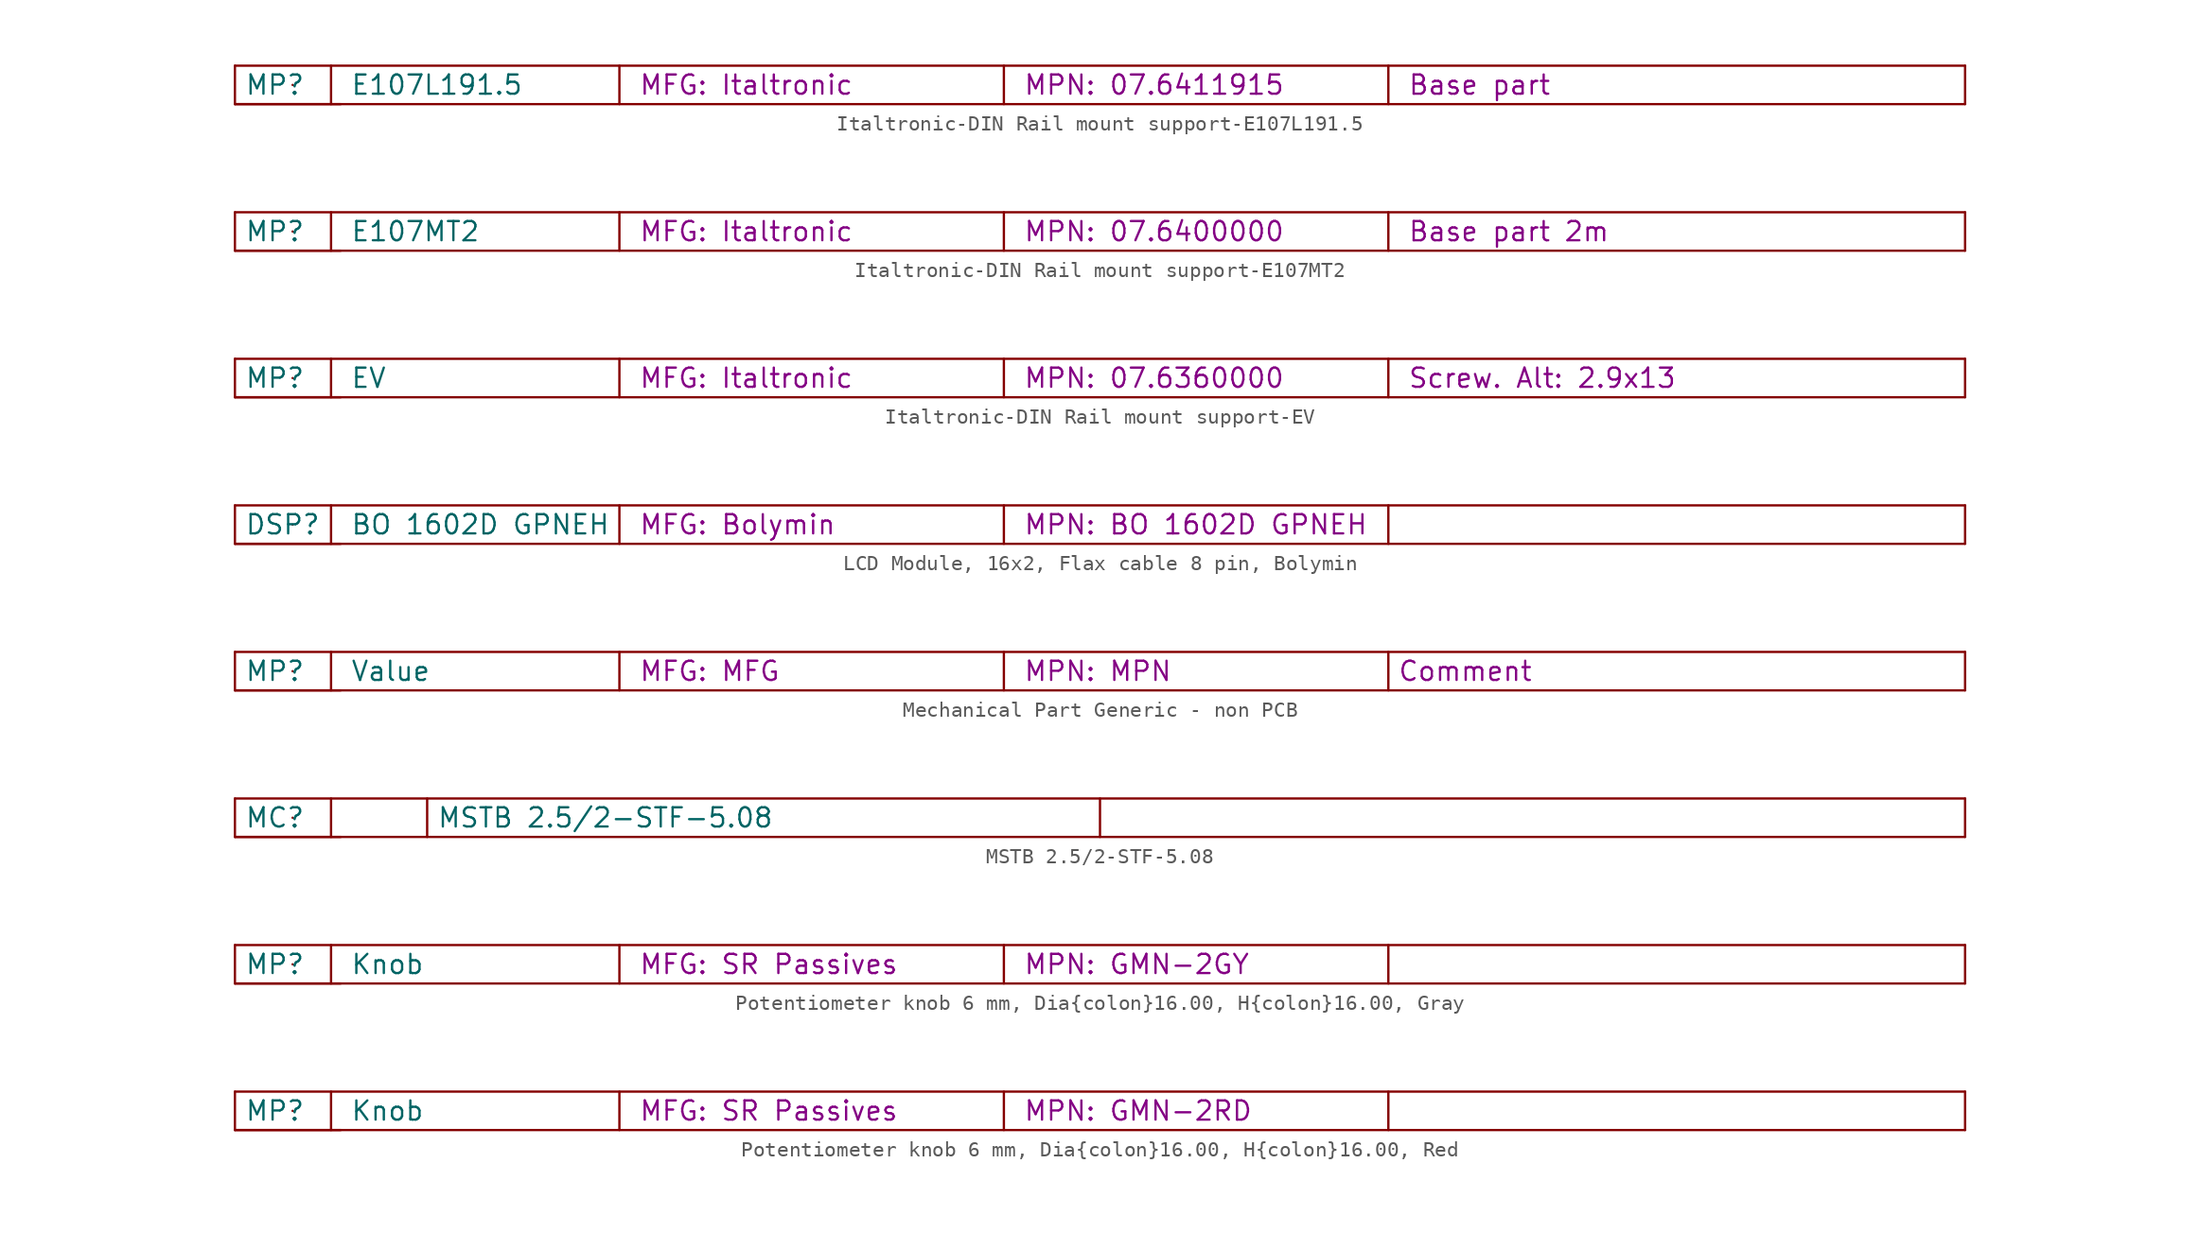
<source format=kicad_sym>
(kicad_symbol_lib
  (version 20241209)
  (generator "kicad_symbol_editor")
  (generator_version "9.0")
  (symbol "Italtronic-DIN Rail mount support-E107L191.5"
    (pin_numbers
      (hide yes))
    (pin_names
      (offset 0)
      (hide yes))
    (property "Reference" "MP"
      (at 0.635 1.27 0)
      (do_not_autoplace)
      (effects (font (size 1.27 1.27)) (justify left)))
    (property "Value" "E107L191.5"
      (at 7.62 1.27 0)
      (do_not_autoplace)
      (effects (font (size 1.27 1.27)) (justify left)))
    (property "MFG" "Italtronic"
      (at 26.67 1.27 0)
      (show_name)
      (do_not_autoplace)
      (effects (font (size 1.27 1.27)) (justify left)))
    (property "MPN" "07.6411915"
      (at 52.07 1.27 0)
      (show_name)
      (do_not_autoplace)
      (effects (font (size 1.27 1.27)) (justify left)))
    (property "Z-SYSCODE" ""
      (at 6.985 1.27 0)
      (do_not_autoplace)
      (effects (font (size 1.27 1.27)) (justify left)))
    (property "Comment" "Base part"
      (at 77.47 1.27 0)
      (effects (font (size 1.27 1.27)) (justify left)))
    (symbol "Italtronic-DIN Rail mount support-E107L191.5_0_1"
      (polyline (pts (xy 0 0) (xy 0 2.54)) (stroke (width 0.152) (type default)) (fill (type none)))
      (rectangle (start 3.81 1.27) (end 3.81 1.27) (stroke (width 0.152) (type default)) (fill (type none)))
      (polyline (pts (xy 6.35 0) (xy 6.35 2.54)) (stroke (width 0.152) (type default)) (fill (type none)))
      (polyline (pts (xy 6.985 0) (xy 0 0)) (stroke (width 0.152) (type default)) (fill (type none)))
      (polyline (pts (xy 25.4 0) (xy 25.4 2.54)) (stroke (width 0.152) (type default)) (fill (type none)))
      (polyline (pts (xy 50.8 0) (xy 50.8 2.54)) (stroke (width 0.152) (type default)) (fill (type none)))
      (polyline (pts (xy 76.2 0) (xy 76.2 2.54)) (stroke (width 0.152) (type default)) (fill (type none)))
      (polyline (pts (xy 114.3 2.54) (xy 0 2.54)) (stroke (width 0.152) (type default)) (fill (type none)))
      (polyline (pts (xy 114.3 0) (xy 0 0)) (stroke (width 0.152) (type default)) (fill (type none)))
      (polyline (pts (xy 114.3 0) (xy 114.3 2.54)) (stroke (width 0.152) (type default)) (fill (type none)))))
  (symbol "Italtronic-DIN Rail mount support-E107MT2"
    (pin_numbers
      (hide yes))
    (pin_names
      (offset 0)
      (hide yes))
    (property "Reference" "MP"
      (at 0.635 1.27 0)
      (do_not_autoplace)
      (effects (font (size 1.27 1.27)) (justify left)))
    (property "Value" "E107MT2"
      (at 7.62 1.27 0)
      (do_not_autoplace)
      (effects (font (size 1.27 1.27)) (justify left)))
    (property "MFG" "Italtronic"
      (at 26.67 1.27 0)
      (show_name)
      (do_not_autoplace)
      (effects (font (size 1.27 1.27)) (justify left)))
    (property "MPN" "07.6400000"
      (at 52.07 1.27 0)
      (show_name)
      (do_not_autoplace)
      (effects (font (size 1.27 1.27)) (justify left)))
    (property "Z-SYSCODE" ""
      (at 6.985 1.27 0)
      (do_not_autoplace)
      (effects (font (size 1.27 1.27)) (justify left)))
    (property "Comment" "Base part 2m"
      (at 77.47 1.27 0)
      (effects (font (size 1.27 1.27)) (justify left)))
    (symbol "Italtronic-DIN Rail mount support-E107MT2_0_1"
      (polyline (pts (xy 0 0) (xy 0 2.54)) (stroke (width 0.152) (type default)) (fill (type none)))
      (rectangle (start 3.81 1.27) (end 3.81 1.27) (stroke (width 0.152) (type default)) (fill (type none)))
      (polyline (pts (xy 6.35 0) (xy 6.35 2.54)) (stroke (width 0.152) (type default)) (fill (type none)))
      (polyline (pts (xy 6.985 0) (xy 0 0)) (stroke (width 0.152) (type default)) (fill (type none)))
      (polyline (pts (xy 25.4 0) (xy 25.4 2.54)) (stroke (width 0.152) (type default)) (fill (type none)))
      (polyline (pts (xy 50.8 0) (xy 50.8 2.54)) (stroke (width 0.152) (type default)) (fill (type none)))
      (polyline (pts (xy 76.2 0) (xy 76.2 2.54)) (stroke (width 0.152) (type default)) (fill (type none)))
      (polyline (pts (xy 114.3 2.54) (xy 0 2.54)) (stroke (width 0.152) (type default)) (fill (type none)))
      (polyline (pts (xy 114.3 0) (xy 0 0)) (stroke (width 0.152) (type default)) (fill (type none)))
      (polyline (pts (xy 114.3 0) (xy 114.3 2.54)) (stroke (width 0.152) (type default)) (fill (type none)))))
  (symbol "Italtronic-DIN Rail mount support-EV"
    (pin_numbers
      (hide yes))
    (pin_names
      (offset 0)
      (hide yes))
    (property "Reference" "MP"
      (at 0.635 1.27 0)
      (do_not_autoplace)
      (effects (font (size 1.27 1.27)) (justify left)))
    (property "Value" "EV"
      (at 7.62 1.27 0)
      (do_not_autoplace)
      (effects (font (size 1.27 1.27)) (justify left)))
    (property "MFG" "Italtronic"
      (at 26.67 1.27 0)
      (show_name)
      (do_not_autoplace)
      (effects (font (size 1.27 1.27)) (justify left)))
    (property "MPN" "07.6360000"
      (at 52.07 1.27 0)
      (show_name)
      (do_not_autoplace)
      (effects (font (size 1.27 1.27)) (justify left)))
    (property "Z-SYSCODE" ""
      (at 6.985 1.27 0)
      (do_not_autoplace)
      (effects (font (size 1.27 1.27)) (justify left)))
    (property "Comment" "Screw. Alt: 2.9x13"
      (at 77.47 1.27 0)
      (effects (font (size 1.27 1.27)) (justify left)))
    (symbol "Italtronic-DIN Rail mount support-EV_0_1"
      (polyline (pts (xy 0 0) (xy 0 2.54)) (stroke (width 0.152) (type default)) (fill (type none)))
      (rectangle (start 3.81 1.27) (end 3.81 1.27) (stroke (width 0.152) (type default)) (fill (type none)))
      (polyline (pts (xy 6.35 0) (xy 6.35 2.54)) (stroke (width 0.152) (type default)) (fill (type none)))
      (polyline (pts (xy 6.985 0) (xy 0 0)) (stroke (width 0.152) (type default)) (fill (type none)))
      (polyline (pts (xy 25.4 0) (xy 25.4 2.54)) (stroke (width 0.152) (type default)) (fill (type none)))
      (polyline (pts (xy 50.8 0) (xy 50.8 2.54)) (stroke (width 0.152) (type default)) (fill (type none)))
      (polyline (pts (xy 76.2 0) (xy 76.2 2.54)) (stroke (width 0.152) (type default)) (fill (type none)))
      (polyline (pts (xy 114.3 2.54) (xy 0 2.54)) (stroke (width 0.152) (type default)) (fill (type none)))
      (polyline (pts (xy 114.3 0) (xy 0 0)) (stroke (width 0.152) (type default)) (fill (type none)))
      (polyline (pts (xy 114.3 0) (xy 114.3 2.54)) (stroke (width 0.152) (type default)) (fill (type none)))))
  (symbol "LCD Module, 16x2, Flax cable 8 pin, Bolymin"
    (pin_numbers
      (hide yes))
    (pin_names
      (offset 0)
      (hide yes))
    (property "Reference" "DSP"
      (at 0.635 1.27 0)
      (do_not_autoplace)
      (effects (font (size 1.27 1.27)) (justify left)))
    (property "Value" "BO 1602D GPNEH"
      (at 7.62 1.27 0)
      (do_not_autoplace)
      (effects (font (size 1.27 1.27)) (justify left)))
    (property "MFG" "Bolymin"
      (at 26.67 1.27 0)
      (show_name)
      (do_not_autoplace)
      (effects (font (size 1.27 1.27)) (justify left)))
    (property "MPN" "BO 1602D GPNEH"
      (at 52.07 1.27 0)
      (show_name)
      (do_not_autoplace)
      (effects (font (size 1.27 1.27)) (justify left)))
    (property "Comment" ""
      (at 77.47 1.27 0)
      (effects (font (size 1.27 1.27)) (justify left)))
    (symbol "LCD Module, 16x2, Flax cable 8 pin, Bolymin_0_1"
      (polyline (pts (xy 0 0) (xy 0 2.54)) (stroke (width 0.152) (type default)) (fill (type none)))
      (rectangle (start 3.81 1.27) (end 3.81 1.27) (stroke (width 0.152) (type default)) (fill (type none)))
      (polyline (pts (xy 6.35 0) (xy 6.35 2.54)) (stroke (width 0.152) (type default)) (fill (type none)))
      (polyline (pts (xy 6.985 0) (xy 0 0)) (stroke (width 0.152) (type default)) (fill (type none)))
      (polyline (pts (xy 25.4 0) (xy 25.4 2.54)) (stroke (width 0.152) (type default)) (fill (type none)))
      (polyline (pts (xy 50.8 0) (xy 50.8 2.54)) (stroke (width 0.152) (type default)) (fill (type none)))
      (polyline (pts (xy 76.2 0) (xy 76.2 2.54)) (stroke (width 0.152) (type default)) (fill (type none)))
      (polyline (pts (xy 114.3 2.54) (xy 0 2.54)) (stroke (width 0.152) (type default)) (fill (type none)))
      (polyline (pts (xy 114.3 0) (xy 0 0)) (stroke (width 0.152) (type default)) (fill (type none)))
      (polyline (pts (xy 114.3 0) (xy 114.3 2.54)) (stroke (width 0.152) (type default)) (fill (type none)))))
  (symbol "Mechanical Part Generic - non PCB"
    (pin_numbers
      (hide yes))
    (pin_names
      (offset 0)
      (hide yes))
    (property "Reference" "MP"
      (at 0.635 1.27 0)
      (do_not_autoplace)
      (effects (font (size 1.27 1.27)) (justify left)))
    (property "Value" "Value"
      (at 7.62 1.27 0)
      (do_not_autoplace)
      (effects (font (size 1.27 1.27)) (justify left)))
    (property "MFG" "MFG"
      (at 26.67 1.27 0)
      (show_name)
      (do_not_autoplace)
      (effects (font (size 1.27 1.27)) (justify left)))
    (property "MPN" "MPN"
      (at 52.07 1.27 0)
      (show_name)
      (do_not_autoplace)
      (effects (font (size 1.27 1.27)) (justify left)))
    (property "Z-SYSCODE" ""
      (at 6.985 1.27 0)
      (do_not_autoplace)
      (effects (font (size 1.27 1.27)) (justify left)))
    (property "Comment" "Comment"
      (at 81.28 1.27 0)
      (effects (font (size 1.27 1.27))))
    (symbol "Mechanical Part Generic - non PCB_0_1"
      (polyline (pts (xy 0 0) (xy 0 2.54)) (stroke (width 0.152) (type default)) (fill (type none)))
      (rectangle (start 3.81 1.27) (end 3.81 1.27) (stroke (width 0.152) (type default)) (fill (type none)))
      (polyline (pts (xy 6.35 0) (xy 6.35 2.54)) (stroke (width 0.152) (type default)) (fill (type none)))
      (polyline (pts (xy 6.985 0) (xy 0 0)) (stroke (width 0.152) (type default)) (fill (type none)))
      (polyline (pts (xy 25.4 0) (xy 25.4 2.54)) (stroke (width 0.152) (type default)) (fill (type none)))
      (polyline (pts (xy 50.8 0) (xy 50.8 2.54)) (stroke (width 0.152) (type default)) (fill (type none)))
      (polyline (pts (xy 76.2 0) (xy 76.2 2.54)) (stroke (width 0.152) (type default)) (fill (type none)))
      (polyline (pts (xy 114.3 2.54) (xy 0 2.54)) (stroke (width 0.152) (type default)) (fill (type none)))
      (polyline (pts (xy 114.3 0) (xy 0 0)) (stroke (width 0.152) (type default)) (fill (type none)))
      (polyline (pts (xy 114.3 0) (xy 114.3 2.54)) (stroke (width 0.152) (type default)) (fill (type none)))))
  (symbol "MSTB 2.5/2-STF-5.08"
    (pin_numbers
      (hide yes))
    (pin_names
      (offset 0)
      (hide yes))
    (property "Reference" "MC"
      (at 0.635 1.27 0)
      (do_not_autoplace)
      (effects (font (size 1.27 1.27)) (justify left)))
    (property "Value" "MSTB 2.5/2-STF-5.08"
      (at 13.335 1.27 0)
      (do_not_autoplace)
      (effects (font (size 1.27 1.27)) (justify left)))
    (property "Z-SYSCODE" ""
      (at 6.985 1.27 0)
      (do_not_autoplace)
      (effects (font (size 1.27 1.27)) (justify left)))
    (property "Assembly_Note" ""
      (at 57.785 1.27 0)
      (do_not_autoplace)
      (effects (font (size 1.27 1.27)) (justify left)))
    (symbol "MSTB 2.5/2-STF-5.08_0_1"
      (polyline (pts (xy 0 0) (xy 0 2.54)) (stroke (width 0.152) (type default)) (fill (type none)))
      (rectangle (start 3.81 1.27) (end 3.81 1.27) (stroke (width 0.152) (type default)) (fill (type none)))
      (polyline (pts (xy 6.35 0) (xy 6.35 2.54)) (stroke (width 0.152) (type default)) (fill (type none)))
      (polyline (pts (xy 6.985 0) (xy 0 0)) (stroke (width 0.152) (type default)) (fill (type none)))
      (polyline (pts (xy 12.7 0) (xy 12.7 2.54)) (stroke (width 0.152) (type default)) (fill (type none)))
      (polyline (pts (xy 57.15 0) (xy 57.15 2.54)) (stroke (width 0.152) (type default)) (fill (type none)))
      (polyline (pts (xy 114.3 2.54) (xy 0 2.54)) (stroke (width 0.152) (type default)) (fill (type none)))
      (polyline (pts (xy 114.3 0) (xy 0 0)) (stroke (width 0.152) (type default)) (fill (type none)))
      (polyline (pts (xy 114.3 0) (xy 114.3 2.54)) (stroke (width 0.152) (type default)) (fill (type none)))))
  (symbol "Potentiometer knob 6 mm, Dia{colon}16.00, H{colon}16.00, Gray"
    (pin_numbers
      (hide yes))
    (pin_names
      (offset 0)
      (hide yes))
    (property "Reference" "MP"
      (at 0.635 1.27 0)
      (do_not_autoplace)
      (effects (font (size 1.27 1.27)) (justify left)))
    (property "Value" "Knob"
      (at 7.62 1.27 0)
      (do_not_autoplace)
      (effects (font (size 1.27 1.27)) (justify left)))
    (property "MFG" "SR Passives"
      (at 26.67 1.27 0)
      (show_name)
      (do_not_autoplace)
      (effects (font (size 1.27 1.27)) (justify left)))
    (property "MPN" "GMN-2GY"
      (at 52.07 1.27 0)
      (show_name)
      (do_not_autoplace)
      (effects (font (size 1.27 1.27)) (justify left)))
    (property "Z-SYSCODE" ""
      (at 6.985 1.27 0)
      (do_not_autoplace)
      (effects (font (size 1.27 1.27)) (justify left)))
    (property "Comment" ""
      (at 77.47 1.27 0)
      (effects (font (size 1.27 1.27)) (justify left)))
    (symbol "Potentiometer knob 6 mm, Dia{colon}16.00, H{colon}16.00, Gray_0_1"
      (polyline (pts (xy 0 0) (xy 0 2.54)) (stroke (width 0.152) (type default)) (fill (type none)))
      (rectangle (start 3.81 1.27) (end 3.81 1.27) (stroke (width 0.152) (type default)) (fill (type none)))
      (polyline (pts (xy 6.35 0) (xy 6.35 2.54)) (stroke (width 0.152) (type default)) (fill (type none)))
      (polyline (pts (xy 6.985 0) (xy 0 0)) (stroke (width 0.152) (type default)) (fill (type none)))
      (polyline (pts (xy 25.4 0) (xy 25.4 2.54)) (stroke (width 0.152) (type default)) (fill (type none)))
      (polyline (pts (xy 50.8 0) (xy 50.8 2.54)) (stroke (width 0.152) (type default)) (fill (type none)))
      (polyline (pts (xy 76.2 0) (xy 76.2 2.54)) (stroke (width 0.152) (type default)) (fill (type none)))
      (polyline (pts (xy 114.3 2.54) (xy 0 2.54)) (stroke (width 0.152) (type default)) (fill (type none)))
      (polyline (pts (xy 114.3 0) (xy 0 0)) (stroke (width 0.152) (type default)) (fill (type none)))
      (polyline (pts (xy 114.3 0) (xy 114.3 2.54)) (stroke (width 0.152) (type default)) (fill (type none)))))
  (symbol "Potentiometer knob 6 mm, Dia{colon}16.00, H{colon}16.00, Red"
    (pin_numbers
      (hide yes))
    (pin_names
      (offset 0)
      (hide yes))
    (property "Reference" "MP"
      (at 0.635 1.27 0)
      (do_not_autoplace)
      (effects (font (size 1.27 1.27)) (justify left)))
    (property "Value" "Knob"
      (at 7.62 1.27 0)
      (do_not_autoplace)
      (effects (font (size 1.27 1.27)) (justify left)))
    (property "MFG" "SR Passives"
      (at 26.67 1.27 0)
      (show_name)
      (do_not_autoplace)
      (effects (font (size 1.27 1.27)) (justify left)))
    (property "MPN" "GMN-2RD"
      (at 52.07 1.27 0)
      (show_name)
      (do_not_autoplace)
      (effects (font (size 1.27 1.27)) (justify left)))
    (property "Z-SYSCODE" ""
      (at 6.985 1.27 0)
      (do_not_autoplace)
      (effects (font (size 1.27 1.27)) (justify left)))
    (property "Comment" ""
      (at 77.47 1.27 0)
      (effects (font (size 1.27 1.27)) (justify left)))
    (symbol "Potentiometer knob 6 mm, Dia{colon}16.00, H{colon}16.00, Red_0_1"
      (polyline (pts (xy 0 0) (xy 0 2.54)) (stroke (width 0.152) (type default)) (fill (type none)))
      (rectangle (start 3.81 1.27) (end 3.81 1.27) (stroke (width 0.152) (type default)) (fill (type none)))
      (polyline (pts (xy 6.35 0) (xy 6.35 2.54)) (stroke (width 0.152) (type default)) (fill (type none)))
      (polyline (pts (xy 6.985 0) (xy 0 0)) (stroke (width 0.152) (type default)) (fill (type none)))
      (polyline (pts (xy 25.4 0) (xy 25.4 2.54)) (stroke (width 0.152) (type default)) (fill (type none)))
      (polyline (pts (xy 50.8 0) (xy 50.8 2.54)) (stroke (width 0.152) (type default)) (fill (type none)))
      (polyline (pts (xy 76.2 0) (xy 76.2 2.54)) (stroke (width 0.152) (type default)) (fill (type none)))
      (polyline (pts (xy 114.3 2.54) (xy 0 2.54)) (stroke (width 0.152) (type default)) (fill (type none)))
      (polyline (pts (xy 114.3 0) (xy 0 0)) (stroke (width 0.152) (type default)) (fill (type none)))
      (polyline (pts (xy 114.3 0) (xy 114.3 2.54)) (stroke (width 0.152) (type default)) (fill (type none))))))
</source>
